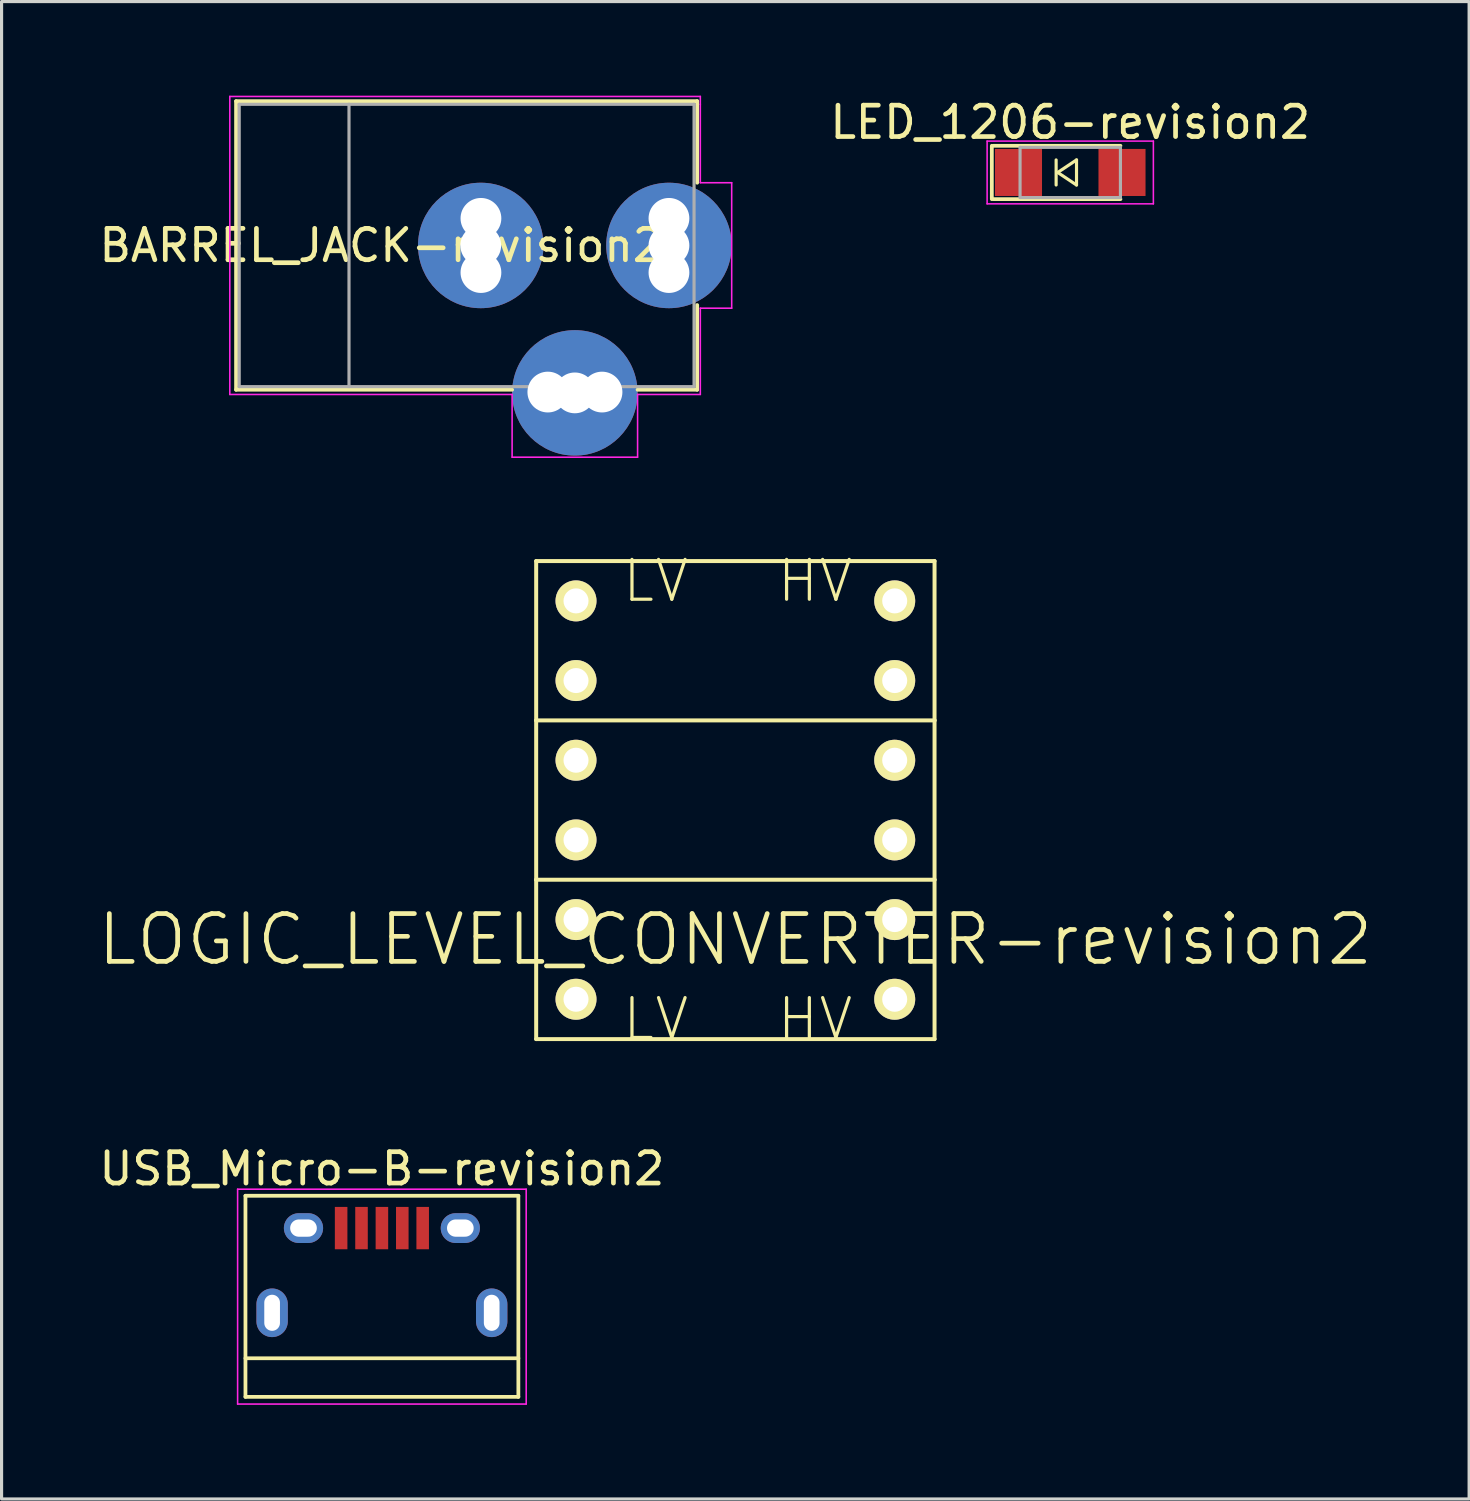
<source format=kicad_pcb>
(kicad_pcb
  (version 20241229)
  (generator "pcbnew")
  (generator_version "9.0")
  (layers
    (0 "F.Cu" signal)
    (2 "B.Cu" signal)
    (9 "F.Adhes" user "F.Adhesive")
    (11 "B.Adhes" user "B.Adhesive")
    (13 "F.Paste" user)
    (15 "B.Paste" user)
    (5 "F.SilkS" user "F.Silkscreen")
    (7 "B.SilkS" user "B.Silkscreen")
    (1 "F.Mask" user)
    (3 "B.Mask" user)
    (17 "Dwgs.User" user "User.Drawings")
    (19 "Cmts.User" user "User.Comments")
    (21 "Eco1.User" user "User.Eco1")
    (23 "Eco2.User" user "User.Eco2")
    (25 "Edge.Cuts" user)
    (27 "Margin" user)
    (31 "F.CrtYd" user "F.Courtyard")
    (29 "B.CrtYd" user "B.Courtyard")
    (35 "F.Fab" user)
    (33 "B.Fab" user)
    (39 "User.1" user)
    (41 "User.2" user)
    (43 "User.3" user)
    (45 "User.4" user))
  (footprint "LOGIC_LEVEL_CONVERTER-revision2"
    (layer "F.Cu")
    (at 14.043 30.076)
    (property "Reference" "LOGIC_LEVEL_CONVERTER-revision2" (at 6.35 -3.175 0) (layer "F.SilkS") (effects (font (size 1.524 1.524) (thickness 0.15))))
    (attr exclude_from_pos_files exclude_from_bom)
    (fp_line (start 0 -15.24) (end 12.7 -15.24) (stroke (width 0.127) (type solid)) (layer "F.SilkS"))
    (fp_line (start 0 -10.16) (end 0 -15.24) (stroke (width 0.127) (type solid)) (layer "F.SilkS"))
    (fp_line (start 0 -10.16) (end 12.7 -10.16) (stroke (width 0.127) (type solid)) (layer "F.SilkS"))
    (fp_line (start 0 -5.08) (end 0 -10.16) (stroke (width 0.127) (type solid)) (layer "F.SilkS"))
    (fp_line (start 0 -5.08) (end 12.7 -5.08) (stroke (width 0.127) (type solid)) (layer "F.SilkS"))
    (fp_line (start 0 0) (end 0 -5.08) (stroke (width 0.127) (type solid)) (layer "F.SilkS"))
    (fp_line (start 12.7 -15.24) (end 12.7 -10.16) (stroke (width 0.127) (type solid)) (layer "F.SilkS"))
    (fp_line (start 12.7 -10.16) (end 12.7 -5.08) (stroke (width 0.127) (type solid)) (layer "F.SilkS"))
    (fp_line (start 12.7 -5.08) (end 12.7 0) (stroke (width 0.127) (type solid)) (layer "F.SilkS"))
    (fp_line (start 12.7 0) (end 0 0) (stroke (width 0.127) (type solid)) (layer "F.SilkS"))
    (fp_text user "LV" (at 3.81 -0.635 0) (layer "F.SilkS") (effects (font (size 1.27 1.27) (thickness 0.102))))
    (fp_text user "HV" (at 8.89 -0.635 0) (layer "F.SilkS") (effects (font (size 1.27 1.27) (thickness 0.102))))
    (fp_text user "HV" (at 8.89 -14.605 0) (layer "F.SilkS") (effects (font (size 1.27 1.27) (thickness 0.102))))
    (fp_text user "LV" (at 3.81 -14.605 0) (layer "F.SilkS") (effects (font (size 1.27 1.27) (thickness 0.102))))
    (pad "P$1" thru_hole circle (at 1.27 -13.97) (size 1.306 1.306) (drill 0.798) (layers "*.Cu" "*.Mask" "F.SilkS"))
    (pad "P$2" thru_hole circle (at 1.27 -11.43) (size 1.306 1.306) (drill 0.798) (layers "*.Cu" "*.Mask" "F.SilkS"))
    (pad "P$3" thru_hole circle (at 1.27 -8.89) (size 1.306 1.306) (drill 0.798) (layers "*.Cu" "*.Mask" "F.SilkS"))
    (pad "P$4" thru_hole circle (at 1.27 -6.35) (size 1.306 1.306) (drill 0.798) (layers "*.Cu" "*.Mask" "F.SilkS"))
    (pad "P$5" thru_hole circle (at 1.27 -3.81) (size 1.306 1.306) (drill 0.798) (layers "*.Cu" "*.Mask" "F.SilkS"))
    (pad "P$6" thru_hole circle (at 1.27 -1.27) (size 1.306 1.306) (drill 0.798) (layers "*.Cu" "*.Mask" "F.SilkS"))
    (pad "P$7" thru_hole circle (at 11.43 -1.27) (size 1.306 1.306) (drill 0.798) (layers "*.Cu" "*.Mask" "F.SilkS"))
    (pad "P$8" thru_hole circle (at 11.43 -3.81) (size 1.306 1.306) (drill 0.798) (layers "*.Cu" "*.Mask" "F.SilkS"))
    (pad "P$9" thru_hole circle (at 11.43 -6.35) (size 1.306 1.306) (drill 0.798) (layers "*.Cu" "*.Mask" "F.SilkS"))
    (pad "P$10" thru_hole circle (at 11.43 -8.89) (size 1.306 1.306) (drill 0.798) (layers "*.Cu" "*.Mask" "F.SilkS"))
    (pad "P$11" thru_hole circle (at 11.43 -11.43) (size 1.306 1.306) (drill 0.798) (layers "*.Cu" "*.Mask" "F.SilkS"))
    (pad "P$12" thru_hole circle (at 11.43 -13.97) (size 1.306 1.306) (drill 0.798) (layers "*.Cu" "*.Mask" "F.SilkS")))
  (footprint "LED_1206-revision2"
    (layer "F.Cu")
    (at 31.069 2.448)
    (property "Reference" "LED_1206-revision2" (at 0 -1.6 0) (layer "F.SilkS") (effects (font (size 1 1) (thickness 0.15))))
    (attr smd)
    (fp_line (start -2.5 -0.85) (end -2.5 0.85) (stroke (width 0.12) (type solid)) (layer "F.SilkS"))
    (fp_line (start -2.45 -0.85) (end 1.6 -0.85) (stroke (width 0.12) (type solid)) (layer "F.SilkS"))
    (fp_line (start -2.45 0.85) (end 1.6 0.85) (stroke (width 0.12) (type solid)) (layer "F.SilkS"))
    (fp_line (start -0.45 -0.4) (end -0.45 0.4) (stroke (width 0.1) (type solid)) (layer "F.SilkS"))
    (fp_line (start -0.4 0) (end 0.2 -0.4) (stroke (width 0.1) (type solid)) (layer "F.SilkS"))
    (fp_line (start 0.2 -0.4) (end 0.2 0.4) (stroke (width 0.1) (type solid)) (layer "F.SilkS"))
    (fp_line (start 0.2 0.4) (end -0.4 0) (stroke (width 0.1) (type solid)) (layer "F.SilkS"))
    (fp_line (start -2.65 -1) (end 2.65 -1) (stroke (width 0.05) (type solid)) (layer "F.CrtYd"))
    (fp_line (start -2.65 1) (end -2.65 -1) (stroke (width 0.05) (type solid)) (layer "F.CrtYd"))
    (fp_line (start 2.65 -1) (end 2.65 1) (stroke (width 0.05) (type solid)) (layer "F.CrtYd"))
    (fp_line (start 2.65 1) (end -2.65 1) (stroke (width 0.05) (type solid)) (layer "F.CrtYd"))
    (fp_line (start -1.6 -0.8) (end 1.6 -0.8) (stroke (width 0.1) (type solid)) (layer "F.Fab"))
    (fp_line (start -1.6 0.8) (end -1.6 -0.8) (stroke (width 0.1) (type solid)) (layer "F.Fab"))
    (fp_line (start 1.6 -0.8) (end 1.6 0.8) (stroke (width 0.1) (type solid)) (layer "F.Fab"))
    (fp_line (start 1.6 0.8) (end -1.6 0.8) (stroke (width 0.1) (type solid)) (layer "F.Fab"))
    (pad "1" smd rect (at -1.65 0 180) (size 1.5 1.5) (layers "F.Cu" "F.Mask" "F.Paste"))
    (pad "2" smd rect (at 1.65 0 180) (size 1.5 1.5) (layers "F.Cu" "F.Mask" "F.Paste")))
  (footprint "USB_Micro-B-revision2"
    (layer "F.Cu")
    (at 9.125 37.451)
    (property "Reference" "USB_Micro-B-revision2" (at 0 -3.24 0) (layer "F.SilkS") (effects (font (size 1 1) (thickness 0.15))))
    (attr smd)
    (fp_line (start -4.35 -2.38) (end 4.35 -2.38) (stroke (width 0.12) (type solid)) (layer "F.SilkS"))
    (fp_line (start -4.35 4.03) (end -4.35 -2.38) (stroke (width 0.12) (type solid)) (layer "F.SilkS"))
    (fp_line (start -4.35 4.03) (end 4.35 4.03) (stroke (width 0.12) (type solid)) (layer "F.SilkS"))
    (fp_line (start 4.35 -2.38) (end 4.35 4.03) (stroke (width 0.12) (type solid)) (layer "F.SilkS"))
    (fp_line (start 4.35 2.8) (end -4.35 2.8) (stroke (width 0.12) (type solid)) (layer "F.SilkS"))
    (fp_line (start -4.6 -2.59) (end 4.6 -2.59) (stroke (width 0.05) (type solid)) (layer "F.CrtYd"))
    (fp_line (start -4.6 4.26) (end -4.6 -2.59) (stroke (width 0.05) (type solid)) (layer "F.CrtYd"))
    (fp_line (start 4.6 -2.59) (end 4.6 4.26) (stroke (width 0.05) (type solid)) (layer "F.CrtYd"))
    (fp_line (start 4.6 4.26) (end -4.6 4.26) (stroke (width 0.05) (type solid)) (layer "F.CrtYd"))
    (pad "6" thru_hole oval (at -3.5 1.35 90) (size 1.55 1) (drill oval 1.15 0.5) (layers "*.Cu" "*.Mask"))
    (pad "6" thru_hole oval (at -2.5 -1.35 90) (size 0.95 1.25) (drill oval 0.55 0.85) (layers "*.Cu" "*.Mask"))
    (pad "6" thru_hole oval (at 2.5 -1.35 90) (size 0.95 1.25) (drill oval 0.55 0.85) (layers "*.Cu" "*.Mask"))
    (pad "6" thru_hole oval (at 3.5 1.35 90) (size 1.55 1) (drill oval 1.15 0.5) (layers "*.Cu" "*.Mask"))
    (pad "D+" smd rect (at 0 -1.35 90) (size 1.35 0.4) (layers "F.Cu" "F.Mask" "F.Paste"))
    (pad "D-" smd rect (at -0.65 -1.35 90) (size 1.35 0.4) (layers "F.Cu" "F.Mask" "F.Paste"))
    (pad "GND" smd rect (at 1.3 -1.35 90) (size 1.35 0.4) (layers "F.Cu" "F.Mask" "F.Paste"))
    (pad "ID" smd rect (at 0.65 -1.35 90) (size 1.35 0.4) (layers "F.Cu" "F.Mask" "F.Paste"))
    (pad "VBUS" smd rect (at -1.3 -1.35 90) (size 1.35 0.4) (layers "F.Cu" "F.Mask" "F.Paste")))
  (footprint "BARREL_JACK-revision2"
    (layer "F.Cu")
    (at 18.276 4.775)
    (property "Reference" "BARREL_JACK-revision2" (at -9.175 0 180) (layer "F.SilkS") (effects (font (size 1 1) (thickness 0.15))))
    (attr through_hole)
    (fp_line (start -13.8 -4.6) (end 0.9 -4.6) (stroke (width 0.12) (type solid)) (layer "F.SilkS"))
    (fp_line (start -13.8 4.6) (end -13.8 -4.6) (stroke (width 0.12) (type solid)) (layer "F.SilkS"))
    (fp_line (start -5 4.6) (end -13.8 4.6) (stroke (width 0.12) (type solid)) (layer "F.SilkS"))
    (fp_line (start 0.9 -4.6) (end 0.9 -2) (stroke (width 0.12) (type solid)) (layer "F.SilkS"))
    (fp_line (start 0.9 1.9) (end 0.9 4.6) (stroke (width 0.12) (type solid)) (layer "F.SilkS"))
    (fp_line (start 0.9 4.6) (end -1 4.6) (stroke (width 0.12) (type solid)) (layer "F.SilkS"))
    (fp_line (start -14 4.75) (end -14 -4.75) (stroke (width 0.05) (type solid)) (layer "F.CrtYd"))
    (fp_line (start -5 4.75) (end -14 4.75) (stroke (width 0.05) (type solid)) (layer "F.CrtYd"))
    (fp_line (start -5 6.75) (end -5 4.75) (stroke (width 0.05) (type solid)) (layer "F.CrtYd"))
    (fp_line (start -1 4.75) (end -1 6.75) (stroke (width 0.05) (type solid)) (layer "F.CrtYd"))
    (fp_line (start -1 6.75) (end -5 6.75) (stroke (width 0.05) (type solid)) (layer "F.CrtYd"))
    (fp_line (start 1 -4.75) (end -14 -4.75) (stroke (width 0.05) (type solid)) (layer "F.CrtYd"))
    (fp_line (start 1 -4.5) (end 1 -4.75) (stroke (width 0.05) (type solid)) (layer "F.CrtYd"))
    (fp_line (start 1 -4.5) (end 1 -2) (stroke (width 0.05) (type solid)) (layer "F.CrtYd"))
    (fp_line (start 1 -2) (end 2 -2) (stroke (width 0.05) (type solid)) (layer "F.CrtYd"))
    (fp_line (start 1 2) (end 1 4.75) (stroke (width 0.05) (type solid)) (layer "F.CrtYd"))
    (fp_line (start 1 4.75) (end -1 4.75) (stroke (width 0.05) (type solid)) (layer "F.CrtYd"))
    (fp_line (start 2 -2) (end 2 2) (stroke (width 0.05) (type solid)) (layer "F.CrtYd"))
    (fp_line (start 2 2) (end 1 2) (stroke (width 0.05) (type solid)) (layer "F.CrtYd"))
    (fp_line (start -13.7 -4.5) (end -13.7 4.5) (stroke (width 0.1) (type solid)) (layer "F.Fab"))
    (fp_line (start -13.7 4.5) (end 0.8 4.5) (stroke (width 0.1) (type solid)) (layer "F.Fab"))
    (fp_line (start -10.2 -4.5) (end -10.2 4.5) (stroke (width 0.1) (type solid)) (layer "F.Fab"))
    (fp_line (start 0.8 -4.5) (end -13.7 -4.5) (stroke (width 0.1) (type solid)) (layer "F.Fab"))
    (fp_line (start 0.8 4.5) (end 0.8 -4.5) (stroke (width 0.1) (type solid)) (layer "F.Fab"))
    (pad "1" thru_hole circle (at 0 -0.864) (size 1.5 1.5) (drill 1.3) (layers "*.Cu" "*.Mask"))
    (pad "1" thru_hole circle (at 0 0) (size 4 4) (drill 1.3) (layers "*.Cu" "*.Mask"))
    (pad "1" thru_hole circle (at 0 0.864) (size 1.5 1.5) (drill 1.3) (layers "*.Cu" "*.Mask"))
    (pad "2" thru_hole circle (at -6 0) (size 4 4) (drill 1.3) (layers "*.Cu" "*.Mask"))
    (pad "2" thru_hole circle (at -5.994 -0.864) (size 1.5 1.5) (drill 1.3) (layers "*.Cu" "*.Mask"))
    (pad "2" thru_hole circle (at -5.994 0.864) (size 1.5 1.5) (drill 1.3) (layers "*.Cu" "*.Mask"))
    (pad "3" thru_hole circle (at -3.861 4.674 90) (size 1.5 1.5) (drill 1.3) (layers "*.Cu" "*.Mask"))
    (pad "3" thru_hole circle (at -3 4.7) (size 4 4) (drill 1.3) (layers "*.Cu" "*.Mask"))
    (pad "3" thru_hole circle (at -2.134 4.674 90) (size 1.5 1.5) (drill 1.3) (layers "*.Cu" "*.Mask")))
  (gr_rect
    (start -3 -3)
    (end 43.785 44.736)
    (stroke (width 0.1) (type default))
    (fill no)
    (layer "Edge.Cuts")))
</source>
